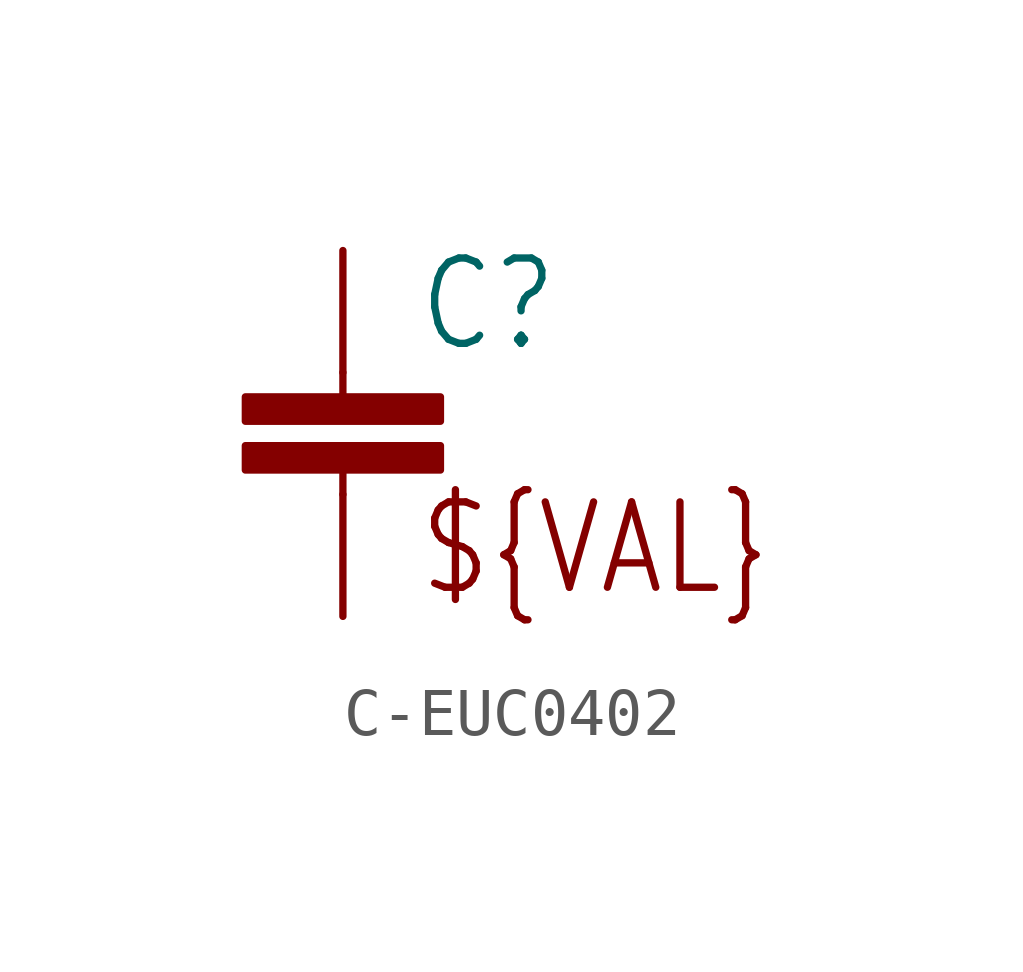
<source format=kicad_sym>
(kicad_symbol_lib
  (version 20231120)
  (generator "kicad_symbol_editor")
  (generator_version "8.0")
  (symbol "C-EUC0402"
    (property "Reference" "C"
      (at 1.524 0.381 0)
      (effects (font (size 1.778 1.511)) (justify left bottom)))
    (property "ki_locked" ""
      (at 0 0 0)
      (effects (font (size 1.27 1.27))))
    (symbol "C-EUC0402_1_0"
      (rectangle (start -2.032 -2.032) (end 2.032 -1.524) (stroke (width 0) (type default)) (fill (type outline)))
      (rectangle (start -2.032 -1.016) (end 2.032 -0.508) (stroke (width 0) (type default)) (fill (type outline)))
      (polyline (pts (xy 0 -2.54) (xy 0 -2.032)) (stroke (width 0.152) (type solid)) (fill (type none)))
      (polyline (pts (xy 0 0) (xy 0 -0.508)) (stroke (width 0.152) (type solid)) (fill (type none)))
      (text "${VAL}" (at 1.524 -4.699 0) (effects (font (size 1.778 1.511)) (justify left bottom)))
      (pin passive line (at 0 2.54 270) (length 2.54) (name "1" (effects (font (size 0 0)))) (number "1" (effects (font (size 0 0)))))
      (pin passive line (at 0 -5.08 90) (length 2.54) (name "2" (effects (font (size 0 0)))) (number "2" (effects (font (size 0 0))))))))
</source>
